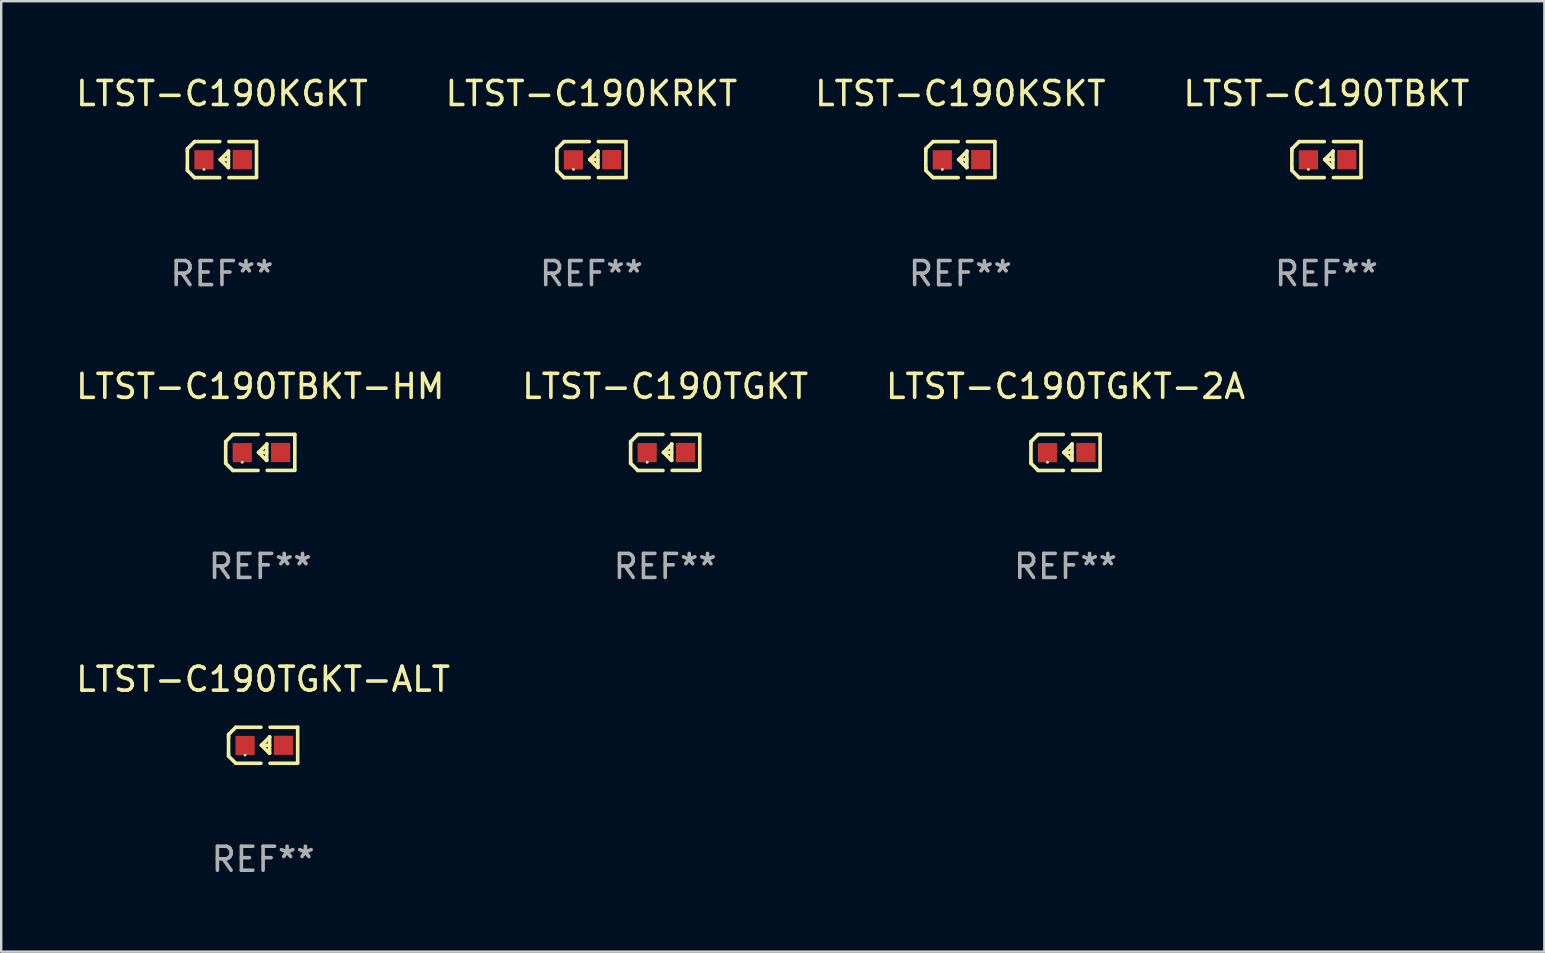
<source format=kicad_pcb>
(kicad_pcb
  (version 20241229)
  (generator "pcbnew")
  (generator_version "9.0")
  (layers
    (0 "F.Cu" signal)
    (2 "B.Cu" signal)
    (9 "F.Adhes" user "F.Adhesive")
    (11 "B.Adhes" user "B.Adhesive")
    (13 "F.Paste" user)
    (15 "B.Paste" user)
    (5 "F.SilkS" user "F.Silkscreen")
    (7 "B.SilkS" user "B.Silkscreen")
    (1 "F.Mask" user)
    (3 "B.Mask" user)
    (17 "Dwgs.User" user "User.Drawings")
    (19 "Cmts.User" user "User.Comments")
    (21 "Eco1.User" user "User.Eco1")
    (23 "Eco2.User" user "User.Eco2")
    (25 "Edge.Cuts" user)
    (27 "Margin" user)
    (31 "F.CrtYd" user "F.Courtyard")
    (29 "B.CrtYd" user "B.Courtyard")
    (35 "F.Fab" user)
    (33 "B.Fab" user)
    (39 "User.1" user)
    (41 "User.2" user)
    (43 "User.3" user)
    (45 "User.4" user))
  (footprint "LTST-C190TGKT-ALT"
    (layer "F.Cu")
    (at 7.911 27.997)
    (property "Reference" "LTST-C190TGKT-ALT" (at 0 -2.751 0) (layer "F.SilkS") (effects (font (size 1 1) (thickness 0.15))))
    (attr through_hole)
    (fp_line (start -1.44 -0.449) (end -1.14 -0.749) (stroke (width 0.15) (type solid)) (layer "F.SilkS"))
    (fp_line (start -1.44 -0.349) (end -1.44 -0.449) (stroke (width 0.15) (type solid)) (layer "F.SilkS"))
    (fp_line (start -1.44 -0.349) (end -1.44 0.351) (stroke (width 0.15) (type solid)) (layer "F.SilkS"))
    (fp_line (start -1.44 0.351) (end -1.44 0.451) (stroke (width 0.15) (type solid)) (layer "F.SilkS"))
    (fp_line (start -1.44 0.451) (end -1.14 0.751) (stroke (width 0.15) (type solid)) (layer "F.SilkS"))
    (fp_line (start -0.09 -0.749) (end -1.14 -0.749) (stroke (width 0.15) (type solid)) (layer "F.SilkS"))
    (fp_line (start -0.09 0.751) (end -1.14 0.751) (stroke (width 0.15) (type solid)) (layer "F.SilkS"))
    (fp_line (start 0.26 0.329) (end -0.07 -0.001) (stroke (width 0.15) (type solid)) (layer "F.SilkS"))
    (fp_line (start 0.27 -0.351) (end 0.27 -0.341) (stroke (width 0.15) (type solid)) (layer "F.SilkS"))
    (fp_line (start 0.27 -0.351) (end 0.27 0.329) (stroke (width 0.15) (type solid)) (layer "F.SilkS"))
    (fp_line (start 0.27 -0.341) (end -0.07 -0.001) (stroke (width 0.15) (type solid)) (layer "F.SilkS"))
    (fp_line (start 0.27 -0.001) (end -0.07 -0.001) (stroke (width 0.15) (type solid)) (layer "F.SilkS"))
    (fp_line (start 0.27 0.329) (end 0.26 0.329) (stroke (width 0.15) (type solid)) (layer "F.SilkS"))
    (fp_line (start 0.29 -0.751) (end 1.44 -0.751) (stroke (width 0.15) (type solid)) (layer "F.SilkS"))
    (fp_line (start 0.29 0.749) (end 1.44 0.749) (stroke (width 0.15) (type solid)) (layer "F.SilkS"))
    (fp_line (start 1.44 -0.751) (end 1.44 0.729) (stroke (width 0.15) (type solid)) (layer "F.SilkS"))
    (fp_circle (center -0.75 0.409) (end -0.72 0.409) (stroke (width 0.06) (type solid)) (fill no) (layer "F.SilkS"))
    (fp_text user "REF**" (at 0 4.751 0) (layer "F.Fab") (effects (font (size 1 1) (thickness 0.15))))
    (pad "1" smd rect (at -0.75 0.009 90) (size 0.8 0.8) (layers "F.Cu" "F.Mask" "F.Paste"))
    (pad "2" smd rect (at 0.849 0.002 90) (size 0.8 0.8) (layers "F.Cu" "F.Mask" "F.Paste")))
  (footprint "LTST-C190TGKT"
    (layer "F.Cu")
    (at 24.661 15.798)
    (property "Reference" "LTST-C190TGKT" (at 0 -2.751 0) (layer "F.SilkS") (effects (font (size 1 1) (thickness 0.15))))
    (attr through_hole)
    (fp_line (start -1.44 -0.449) (end -1.14 -0.749) (stroke (width 0.15) (type solid)) (layer "F.SilkS"))
    (fp_line (start -1.44 -0.349) (end -1.44 -0.449) (stroke (width 0.15) (type solid)) (layer "F.SilkS"))
    (fp_line (start -1.44 -0.349) (end -1.44 0.351) (stroke (width 0.15) (type solid)) (layer "F.SilkS"))
    (fp_line (start -1.44 0.351) (end -1.44 0.451) (stroke (width 0.15) (type solid)) (layer "F.SilkS"))
    (fp_line (start -1.44 0.451) (end -1.14 0.751) (stroke (width 0.15) (type solid)) (layer "F.SilkS"))
    (fp_line (start -0.09 -0.749) (end -1.14 -0.749) (stroke (width 0.15) (type solid)) (layer "F.SilkS"))
    (fp_line (start -0.09 0.751) (end -1.14 0.751) (stroke (width 0.15) (type solid)) (layer "F.SilkS"))
    (fp_line (start 0.26 0.329) (end -0.07 -0.001) (stroke (width 0.15) (type solid)) (layer "F.SilkS"))
    (fp_line (start 0.27 -0.351) (end 0.27 -0.341) (stroke (width 0.15) (type solid)) (layer "F.SilkS"))
    (fp_line (start 0.27 -0.351) (end 0.27 0.329) (stroke (width 0.15) (type solid)) (layer "F.SilkS"))
    (fp_line (start 0.27 -0.341) (end -0.07 -0.001) (stroke (width 0.15) (type solid)) (layer "F.SilkS"))
    (fp_line (start 0.27 -0.001) (end -0.07 -0.001) (stroke (width 0.15) (type solid)) (layer "F.SilkS"))
    (fp_line (start 0.27 0.329) (end 0.26 0.329) (stroke (width 0.15) (type solid)) (layer "F.SilkS"))
    (fp_line (start 0.29 -0.751) (end 1.44 -0.751) (stroke (width 0.15) (type solid)) (layer "F.SilkS"))
    (fp_line (start 0.29 0.749) (end 1.44 0.749) (stroke (width 0.15) (type solid)) (layer "F.SilkS"))
    (fp_line (start 1.44 -0.751) (end 1.44 0.729) (stroke (width 0.15) (type solid)) (layer "F.SilkS"))
    (fp_circle (center -0.75 0.409) (end -0.72 0.409) (stroke (width 0.06) (type solid)) (fill no) (layer "F.SilkS"))
    (fp_text user "REF**" (at 0 4.751 0) (layer "F.Fab") (effects (font (size 1 1) (thickness 0.15))))
    (pad "1" smd rect (at -0.75 0.009 90) (size 0.8 0.8) (layers "F.Cu" "F.Mask" "F.Paste"))
    (pad "2" smd rect (at 0.849 0.002 90) (size 0.8 0.8) (layers "F.Cu" "F.Mask" "F.Paste")))
  (footprint "LTST-C190TBKT-HM"
    (layer "F.Cu")
    (at 7.792 15.798)
    (property "Reference" "LTST-C190TBKT-HM" (at 0 -2.751 0) (layer "F.SilkS") (effects (font (size 1 1) (thickness 0.15))))
    (attr through_hole)
    (fp_line (start -1.44 -0.449) (end -1.14 -0.749) (stroke (width 0.15) (type solid)) (layer "F.SilkS"))
    (fp_line (start -1.44 -0.349) (end -1.44 -0.449) (stroke (width 0.15) (type solid)) (layer "F.SilkS"))
    (fp_line (start -1.44 -0.349) (end -1.44 0.351) (stroke (width 0.15) (type solid)) (layer "F.SilkS"))
    (fp_line (start -1.44 0.351) (end -1.44 0.451) (stroke (width 0.15) (type solid)) (layer "F.SilkS"))
    (fp_line (start -1.44 0.451) (end -1.14 0.751) (stroke (width 0.15) (type solid)) (layer "F.SilkS"))
    (fp_line (start -0.09 -0.749) (end -1.14 -0.749) (stroke (width 0.15) (type solid)) (layer "F.SilkS"))
    (fp_line (start -0.09 0.751) (end -1.14 0.751) (stroke (width 0.15) (type solid)) (layer "F.SilkS"))
    (fp_line (start 0.26 0.329) (end -0.07 -0.001) (stroke (width 0.15) (type solid)) (layer "F.SilkS"))
    (fp_line (start 0.27 -0.351) (end 0.27 -0.341) (stroke (width 0.15) (type solid)) (layer "F.SilkS"))
    (fp_line (start 0.27 -0.351) (end 0.27 0.329) (stroke (width 0.15) (type solid)) (layer "F.SilkS"))
    (fp_line (start 0.27 -0.341) (end -0.07 -0.001) (stroke (width 0.15) (type solid)) (layer "F.SilkS"))
    (fp_line (start 0.27 -0.001) (end -0.07 -0.001) (stroke (width 0.15) (type solid)) (layer "F.SilkS"))
    (fp_line (start 0.27 0.329) (end 0.26 0.329) (stroke (width 0.15) (type solid)) (layer "F.SilkS"))
    (fp_line (start 0.29 -0.751) (end 1.44 -0.751) (stroke (width 0.15) (type solid)) (layer "F.SilkS"))
    (fp_line (start 0.29 0.749) (end 1.44 0.749) (stroke (width 0.15) (type solid)) (layer "F.SilkS"))
    (fp_line (start 1.44 -0.751) (end 1.44 0.729) (stroke (width 0.15) (type solid)) (layer "F.SilkS"))
    (fp_circle (center -0.75 0.409) (end -0.72 0.409) (stroke (width 0.06) (type solid)) (fill no) (layer "F.SilkS"))
    (fp_text user "REF**" (at 0 4.751 0) (layer "F.Fab") (effects (font (size 1 1) (thickness 0.15))))
    (pad "1" smd rect (at -0.75 0.009 90) (size 0.8 0.8) (layers "F.Cu" "F.Mask" "F.Paste"))
    (pad "2" smd rect (at 0.849 0.002 90) (size 0.8 0.8) (layers "F.Cu" "F.Mask" "F.Paste")))
  (footprint "LTST-C190TBKT"
    (layer "F.Cu")
    (at 52.208 3.599)
    (property "Reference" "LTST-C190TBKT" (at 0 -2.751 0) (layer "F.SilkS") (effects (font (size 1 1) (thickness 0.15))))
    (attr through_hole)
    (fp_line (start -1.44 -0.449) (end -1.14 -0.749) (stroke (width 0.15) (type solid)) (layer "F.SilkS"))
    (fp_line (start -1.44 -0.349) (end -1.44 -0.449) (stroke (width 0.15) (type solid)) (layer "F.SilkS"))
    (fp_line (start -1.44 -0.349) (end -1.44 0.351) (stroke (width 0.15) (type solid)) (layer "F.SilkS"))
    (fp_line (start -1.44 0.351) (end -1.44 0.451) (stroke (width 0.15) (type solid)) (layer "F.SilkS"))
    (fp_line (start -1.44 0.451) (end -1.14 0.751) (stroke (width 0.15) (type solid)) (layer "F.SilkS"))
    (fp_line (start -0.09 -0.749) (end -1.14 -0.749) (stroke (width 0.15) (type solid)) (layer "F.SilkS"))
    (fp_line (start -0.09 0.751) (end -1.14 0.751) (stroke (width 0.15) (type solid)) (layer "F.SilkS"))
    (fp_line (start 0.26 0.329) (end -0.07 -0.001) (stroke (width 0.15) (type solid)) (layer "F.SilkS"))
    (fp_line (start 0.27 -0.351) (end 0.27 -0.341) (stroke (width 0.15) (type solid)) (layer "F.SilkS"))
    (fp_line (start 0.27 -0.351) (end 0.27 0.329) (stroke (width 0.15) (type solid)) (layer "F.SilkS"))
    (fp_line (start 0.27 -0.341) (end -0.07 -0.001) (stroke (width 0.15) (type solid)) (layer "F.SilkS"))
    (fp_line (start 0.27 -0.001) (end -0.07 -0.001) (stroke (width 0.15) (type solid)) (layer "F.SilkS"))
    (fp_line (start 0.27 0.329) (end 0.26 0.329) (stroke (width 0.15) (type solid)) (layer "F.SilkS"))
    (fp_line (start 0.29 -0.751) (end 1.44 -0.751) (stroke (width 0.15) (type solid)) (layer "F.SilkS"))
    (fp_line (start 0.29 0.749) (end 1.44 0.749) (stroke (width 0.15) (type solid)) (layer "F.SilkS"))
    (fp_line (start 1.44 -0.751) (end 1.44 0.729) (stroke (width 0.15) (type solid)) (layer "F.SilkS"))
    (fp_circle (center -0.75 0.409) (end -0.72 0.409) (stroke (width 0.06) (type solid)) (fill no) (layer "F.SilkS"))
    (fp_text user "REF**" (at 0 4.751 0) (layer "F.Fab") (effects (font (size 1 1) (thickness 0.15))))
    (pad "1" smd rect (at -0.75 0.009 90) (size 0.8 0.8) (layers "F.Cu" "F.Mask" "F.Paste"))
    (pad "2" smd rect (at 0.849 0.002 90) (size 0.8 0.8) (layers "F.Cu" "F.Mask" "F.Paste")))
  (footprint "LTST-C190TGKT-2A"
    (layer "F.Cu")
    (at 41.339 15.798)
    (property "Reference" "LTST-C190TGKT-2A" (at 0 -2.751 0) (layer "F.SilkS") (effects (font (size 1 1) (thickness 0.15))))
    (attr through_hole)
    (fp_line (start -1.44 -0.449) (end -1.14 -0.749) (stroke (width 0.15) (type solid)) (layer "F.SilkS"))
    (fp_line (start -1.44 -0.349) (end -1.44 -0.449) (stroke (width 0.15) (type solid)) (layer "F.SilkS"))
    (fp_line (start -1.44 -0.349) (end -1.44 0.351) (stroke (width 0.15) (type solid)) (layer "F.SilkS"))
    (fp_line (start -1.44 0.351) (end -1.44 0.451) (stroke (width 0.15) (type solid)) (layer "F.SilkS"))
    (fp_line (start -1.44 0.451) (end -1.14 0.751) (stroke (width 0.15) (type solid)) (layer "F.SilkS"))
    (fp_line (start -0.09 -0.749) (end -1.14 -0.749) (stroke (width 0.15) (type solid)) (layer "F.SilkS"))
    (fp_line (start -0.09 0.751) (end -1.14 0.751) (stroke (width 0.15) (type solid)) (layer "F.SilkS"))
    (fp_line (start 0.26 0.329) (end -0.07 -0.001) (stroke (width 0.15) (type solid)) (layer "F.SilkS"))
    (fp_line (start 0.27 -0.351) (end 0.27 -0.341) (stroke (width 0.15) (type solid)) (layer "F.SilkS"))
    (fp_line (start 0.27 -0.351) (end 0.27 0.329) (stroke (width 0.15) (type solid)) (layer "F.SilkS"))
    (fp_line (start 0.27 -0.341) (end -0.07 -0.001) (stroke (width 0.15) (type solid)) (layer "F.SilkS"))
    (fp_line (start 0.27 -0.001) (end -0.07 -0.001) (stroke (width 0.15) (type solid)) (layer "F.SilkS"))
    (fp_line (start 0.27 0.329) (end 0.26 0.329) (stroke (width 0.15) (type solid)) (layer "F.SilkS"))
    (fp_line (start 0.29 -0.751) (end 1.44 -0.751) (stroke (width 0.15) (type solid)) (layer "F.SilkS"))
    (fp_line (start 0.29 0.749) (end 1.44 0.749) (stroke (width 0.15) (type solid)) (layer "F.SilkS"))
    (fp_line (start 1.44 -0.751) (end 1.44 0.729) (stroke (width 0.15) (type solid)) (layer "F.SilkS"))
    (fp_circle (center -0.75 0.409) (end -0.72 0.409) (stroke (width 0.06) (type solid)) (fill no) (layer "F.SilkS"))
    (fp_text user "REF**" (at 0 4.751 0) (layer "F.Fab") (effects (font (size 1 1) (thickness 0.15))))
    (pad "1" smd rect (at -0.75 0.009 90) (size 0.8 0.8) (layers "F.Cu" "F.Mask" "F.Paste"))
    (pad "2" smd rect (at 0.849 0.002 90) (size 0.8 0.8) (layers "F.Cu" "F.Mask" "F.Paste")))
  (footprint "LTST-C190KSKT"
    (layer "F.Cu")
    (at 36.958 3.599)
    (property "Reference" "LTST-C190KSKT" (at 0 -2.751 0) (layer "F.SilkS") (effects (font (size 1 1) (thickness 0.15))))
    (attr through_hole)
    (fp_line (start -1.44 -0.449) (end -1.14 -0.749) (stroke (width 0.15) (type solid)) (layer "F.SilkS"))
    (fp_line (start -1.44 -0.349) (end -1.44 -0.449) (stroke (width 0.15) (type solid)) (layer "F.SilkS"))
    (fp_line (start -1.44 -0.349) (end -1.44 0.351) (stroke (width 0.15) (type solid)) (layer "F.SilkS"))
    (fp_line (start -1.44 0.351) (end -1.44 0.451) (stroke (width 0.15) (type solid)) (layer "F.SilkS"))
    (fp_line (start -1.44 0.451) (end -1.14 0.751) (stroke (width 0.15) (type solid)) (layer "F.SilkS"))
    (fp_line (start -0.09 -0.749) (end -1.14 -0.749) (stroke (width 0.15) (type solid)) (layer "F.SilkS"))
    (fp_line (start -0.09 0.751) (end -1.14 0.751) (stroke (width 0.15) (type solid)) (layer "F.SilkS"))
    (fp_line (start 0.26 0.329) (end -0.07 -0.001) (stroke (width 0.15) (type solid)) (layer "F.SilkS"))
    (fp_line (start 0.27 -0.351) (end 0.27 -0.341) (stroke (width 0.15) (type solid)) (layer "F.SilkS"))
    (fp_line (start 0.27 -0.351) (end 0.27 0.329) (stroke (width 0.15) (type solid)) (layer "F.SilkS"))
    (fp_line (start 0.27 -0.341) (end -0.07 -0.001) (stroke (width 0.15) (type solid)) (layer "F.SilkS"))
    (fp_line (start 0.27 -0.001) (end -0.07 -0.001) (stroke (width 0.15) (type solid)) (layer "F.SilkS"))
    (fp_line (start 0.27 0.329) (end 0.26 0.329) (stroke (width 0.15) (type solid)) (layer "F.SilkS"))
    (fp_line (start 0.29 -0.751) (end 1.44 -0.751) (stroke (width 0.15) (type solid)) (layer "F.SilkS"))
    (fp_line (start 0.29 0.749) (end 1.44 0.749) (stroke (width 0.15) (type solid)) (layer "F.SilkS"))
    (fp_line (start 1.44 -0.751) (end 1.44 0.729) (stroke (width 0.15) (type solid)) (layer "F.SilkS"))
    (fp_circle (center -0.75 0.409) (end -0.72 0.409) (stroke (width 0.06) (type solid)) (fill no) (layer "F.SilkS"))
    (fp_text user "REF**" (at 0 4.751 0) (layer "F.Fab") (effects (font (size 1 1) (thickness 0.15))))
    (pad "1" smd rect (at -0.75 0.009 90) (size 0.8 0.8) (layers "F.Cu" "F.Mask" "F.Paste"))
    (pad "2" smd rect (at 0.849 0.002 90) (size 0.8 0.8) (layers "F.Cu" "F.Mask" "F.Paste")))
  (footprint "LTST-C190KRKT"
    (layer "F.Cu")
    (at 21.589 3.599)
    (property "Reference" "LTST-C190KRKT" (at 0 -2.751 0) (layer "F.SilkS") (effects (font (size 1 1) (thickness 0.15))))
    (attr through_hole)
    (fp_line (start -1.44 -0.449) (end -1.14 -0.749) (stroke (width 0.15) (type solid)) (layer "F.SilkS"))
    (fp_line (start -1.44 -0.349) (end -1.44 -0.449) (stroke (width 0.15) (type solid)) (layer "F.SilkS"))
    (fp_line (start -1.44 -0.349) (end -1.44 0.351) (stroke (width 0.15) (type solid)) (layer "F.SilkS"))
    (fp_line (start -1.44 0.351) (end -1.44 0.451) (stroke (width 0.15) (type solid)) (layer "F.SilkS"))
    (fp_line (start -1.44 0.451) (end -1.14 0.751) (stroke (width 0.15) (type solid)) (layer "F.SilkS"))
    (fp_line (start -0.09 -0.749) (end -1.14 -0.749) (stroke (width 0.15) (type solid)) (layer "F.SilkS"))
    (fp_line (start -0.09 0.751) (end -1.14 0.751) (stroke (width 0.15) (type solid)) (layer "F.SilkS"))
    (fp_line (start 0.26 0.329) (end -0.07 -0.001) (stroke (width 0.15) (type solid)) (layer "F.SilkS"))
    (fp_line (start 0.27 -0.351) (end 0.27 -0.341) (stroke (width 0.15) (type solid)) (layer "F.SilkS"))
    (fp_line (start 0.27 -0.351) (end 0.27 0.329) (stroke (width 0.15) (type solid)) (layer "F.SilkS"))
    (fp_line (start 0.27 -0.341) (end -0.07 -0.001) (stroke (width 0.15) (type solid)) (layer "F.SilkS"))
    (fp_line (start 0.27 -0.001) (end -0.07 -0.001) (stroke (width 0.15) (type solid)) (layer "F.SilkS"))
    (fp_line (start 0.27 0.329) (end 0.26 0.329) (stroke (width 0.15) (type solid)) (layer "F.SilkS"))
    (fp_line (start 0.29 -0.751) (end 1.44 -0.751) (stroke (width 0.15) (type solid)) (layer "F.SilkS"))
    (fp_line (start 0.29 0.749) (end 1.44 0.749) (stroke (width 0.15) (type solid)) (layer "F.SilkS"))
    (fp_line (start 1.44 -0.751) (end 1.44 0.729) (stroke (width 0.15) (type solid)) (layer "F.SilkS"))
    (fp_circle (center -0.75 0.409) (end -0.72 0.409) (stroke (width 0.06) (type solid)) (fill no) (layer "F.SilkS"))
    (fp_text user "REF**" (at 0 4.751 0) (layer "F.Fab") (effects (font (size 1 1) (thickness 0.15))))
    (pad "1" smd rect (at -0.75 0.009 90) (size 0.8 0.8) (layers "F.Cu" "F.Mask" "F.Paste"))
    (pad "2" smd rect (at 0.849 0.002 90) (size 0.8 0.8) (layers "F.Cu" "F.Mask" "F.Paste")))
  (footprint "LTST-C190KGKT"
    (layer "F.Cu")
    (at 6.196 3.599)
    (property "Reference" "LTST-C190KGKT" (at 0 -2.751 0) (layer "F.SilkS") (effects (font (size 1 1) (thickness 0.15))))
    (attr through_hole)
    (fp_line (start -1.44 -0.449) (end -1.14 -0.749) (stroke (width 0.15) (type solid)) (layer "F.SilkS"))
    (fp_line (start -1.44 -0.349) (end -1.44 -0.449) (stroke (width 0.15) (type solid)) (layer "F.SilkS"))
    (fp_line (start -1.44 -0.349) (end -1.44 0.351) (stroke (width 0.15) (type solid)) (layer "F.SilkS"))
    (fp_line (start -1.44 0.351) (end -1.44 0.451) (stroke (width 0.15) (type solid)) (layer "F.SilkS"))
    (fp_line (start -1.44 0.451) (end -1.14 0.751) (stroke (width 0.15) (type solid)) (layer "F.SilkS"))
    (fp_line (start -0.09 -0.749) (end -1.14 -0.749) (stroke (width 0.15) (type solid)) (layer "F.SilkS"))
    (fp_line (start -0.09 0.751) (end -1.14 0.751) (stroke (width 0.15) (type solid)) (layer "F.SilkS"))
    (fp_line (start 0.26 0.329) (end -0.07 -0.001) (stroke (width 0.15) (type solid)) (layer "F.SilkS"))
    (fp_line (start 0.27 -0.351) (end 0.27 -0.341) (stroke (width 0.15) (type solid)) (layer "F.SilkS"))
    (fp_line (start 0.27 -0.351) (end 0.27 0.329) (stroke (width 0.15) (type solid)) (layer "F.SilkS"))
    (fp_line (start 0.27 -0.341) (end -0.07 -0.001) (stroke (width 0.15) (type solid)) (layer "F.SilkS"))
    (fp_line (start 0.27 -0.001) (end -0.07 -0.001) (stroke (width 0.15) (type solid)) (layer "F.SilkS"))
    (fp_line (start 0.27 0.329) (end 0.26 0.329) (stroke (width 0.15) (type solid)) (layer "F.SilkS"))
    (fp_line (start 0.29 -0.751) (end 1.44 -0.751) (stroke (width 0.15) (type solid)) (layer "F.SilkS"))
    (fp_line (start 0.29 0.749) (end 1.44 0.749) (stroke (width 0.15) (type solid)) (layer "F.SilkS"))
    (fp_line (start 1.44 -0.751) (end 1.44 0.729) (stroke (width 0.15) (type solid)) (layer "F.SilkS"))
    (fp_circle (center -0.75 0.409) (end -0.72 0.409) (stroke (width 0.06) (type solid)) (fill no) (layer "F.SilkS"))
    (fp_text user "REF**" (at 0 4.751 0) (layer "F.Fab") (effects (font (size 1 1) (thickness 0.15))))
    (pad "1" smd rect (at -0.75 0.009 90) (size 0.8 0.8) (layers "F.Cu" "F.Mask" "F.Paste"))
    (pad "2" smd rect (at 0.849 0.002 90) (size 0.8 0.8) (layers "F.Cu" "F.Mask" "F.Paste")))
  (gr_rect
    (start -3 -3)
    (end 61.286 36.597)
    (stroke (width 0.1) (type default))
    (fill no)
    (layer "Edge.Cuts")))
</source>
